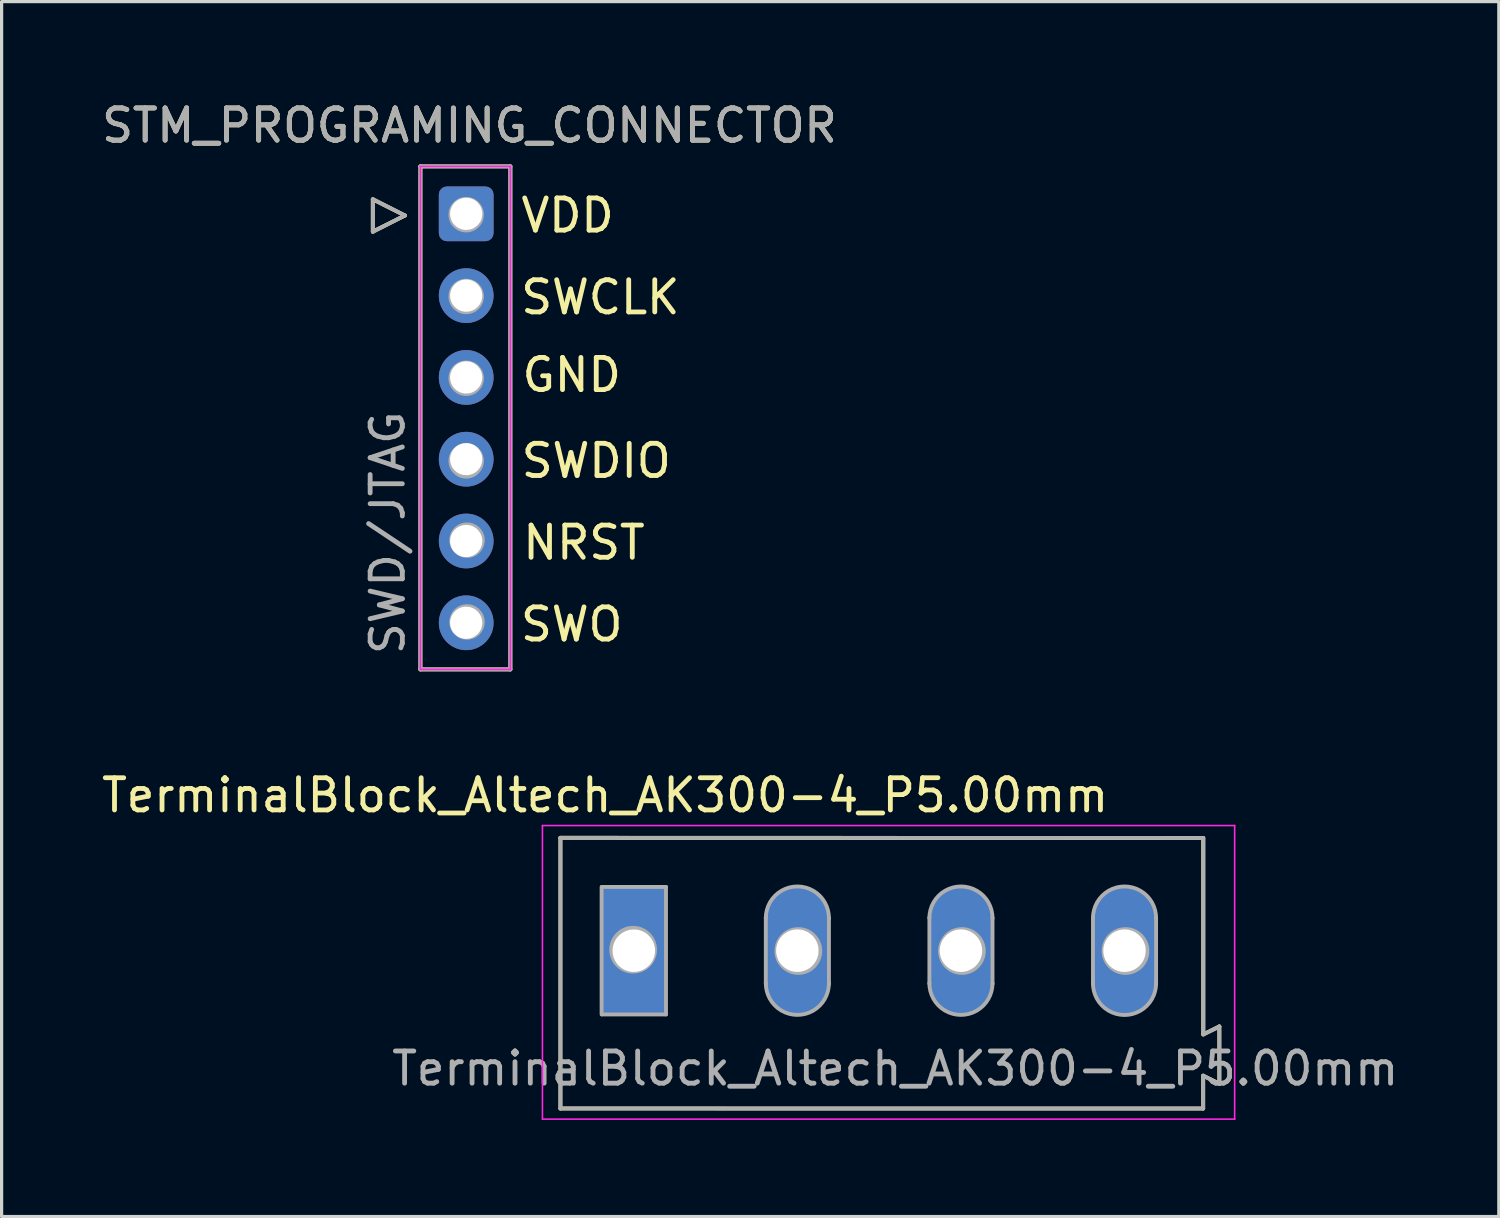
<source format=kicad_pcb>
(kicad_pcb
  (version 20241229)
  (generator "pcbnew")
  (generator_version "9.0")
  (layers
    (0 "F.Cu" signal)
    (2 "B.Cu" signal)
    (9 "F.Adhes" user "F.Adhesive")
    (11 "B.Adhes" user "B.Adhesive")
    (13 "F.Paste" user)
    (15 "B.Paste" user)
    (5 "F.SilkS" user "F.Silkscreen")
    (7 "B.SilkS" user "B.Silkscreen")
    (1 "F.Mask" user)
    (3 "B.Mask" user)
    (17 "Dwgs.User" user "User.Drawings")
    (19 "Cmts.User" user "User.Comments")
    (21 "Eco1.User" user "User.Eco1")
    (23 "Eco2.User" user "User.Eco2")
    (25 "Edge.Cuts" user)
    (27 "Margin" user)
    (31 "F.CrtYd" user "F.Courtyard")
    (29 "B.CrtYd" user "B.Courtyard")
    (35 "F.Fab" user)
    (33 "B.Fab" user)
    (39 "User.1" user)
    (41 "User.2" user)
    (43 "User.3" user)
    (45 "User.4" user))
  (footprint "STM_PROGRAMING_CONNECTOR"
    (layer "F.Cu")
    (at 11.276 9.992)
    (property "Reference" "STM_PROGRAMING_CONNECTOR" (at 0.254 -9.144 0) (layer "F.SilkS") (effects (font (size 1 1) (thickness 0.15))))
    (attr through_hole)
    (fp_line (start -2.75 -6.85) (end -2.75 -5.85) (stroke (width 0.12) (type solid)) (layer "F.SilkS"))
    (fp_line (start -2.75 -5.85) (end -1.75 -6.35) (stroke (width 0.12) (type solid)) (layer "F.SilkS"))
    (fp_line (start -1.75 -6.35) (end -2.75 -6.85) (stroke (width 0.12) (type solid)) (layer "F.SilkS"))
    (fp_line (start -1.27 -7.874) (end -1.27 7.747) (stroke (width 0.12) (type solid)) (layer "F.SilkS"))
    (fp_line (start -1.27 7.747) (end 1.524 7.747) (stroke (width 0.12) (type solid)) (layer "F.SilkS"))
    (fp_line (start 1.524 -7.874) (end -1.27 -7.874) (stroke (width 0.12) (type solid)) (layer "F.SilkS"))
    (fp_line (start 1.524 7.747) (end 1.524 -7.874) (stroke (width 0.12) (type solid)) (layer "F.SilkS"))
    (fp_line (start -1.27 -7.874) (end 1.524 -7.874) (stroke (width 0.05) (type solid)) (layer "F.CrtYd"))
    (fp_line (start -1.27 7.747) (end -1.27 -7.874) (stroke (width 0.05) (type solid)) (layer "F.CrtYd"))
    (fp_line (start 1.524 -7.874) (end 1.524 7.747) (stroke (width 0.05) (type solid)) (layer "F.CrtYd"))
    (fp_line (start 1.524 7.747) (end -1.27 7.747) (stroke (width 0.05) (type solid)) (layer "F.CrtYd"))
    (fp_line (start -2.743 -5.842) (end -2.743 -6.858) (stroke (width 0.12) (type solid)) (layer "F.Fab"))
    (fp_line (start -1.753 -6.35) (end -2.743 -6.858) (stroke (width 0.12) (type solid)) (layer "F.Fab"))
    (fp_line (start -1.753 -6.35) (end -2.743 -5.842) (stroke (width 0.12) (type solid)) (layer "F.Fab"))
    (fp_line (start -1.27 -7.874) (end 1.524 -7.874) (stroke (width 0.12) (type solid)) (layer "F.Fab"))
    (fp_line (start -1.27 7.747) (end -1.27 -7.874) (stroke (width 0.12) (type solid)) (layer "F.Fab"))
    (fp_line (start 1.524 -7.874) (end 1.524 7.747) (stroke (width 0.12) (type solid)) (layer "F.Fab"))
    (fp_line (start 1.524 7.747) (end -1.27 7.747) (stroke (width 0.12) (type solid)) (layer "F.Fab"))
    (fp_circle (center 0.152 -6.375) (end 0.152 -5.875) (stroke (width 0.1) (type solid)) (fill no) (layer "F.Fab"))
    (fp_circle (center 0.152 -3.835) (end 0.152 -3.335) (stroke (width 0.1) (type solid)) (fill no) (layer "F.Fab"))
    (fp_circle (center 0.152 -1.295) (end 0.152 -0.795) (stroke (width 0.1) (type solid)) (fill no) (layer "F.Fab"))
    (fp_circle (center 0.152 1.27) (end 0.152 1.77) (stroke (width 0.1) (type solid)) (fill no) (layer "F.Fab"))
    (fp_circle (center 0.178 3.734) (end 0.178 4.234) (stroke (width 0.1) (type solid)) (fill no) (layer "F.Fab"))
    (fp_circle (center 0.178 6.274) (end 0.178 6.774) (stroke (width 0.1) (type solid)) (fill no) (layer "F.Fab"))
    (fp_text user "VDD" (at 3.302 -6.35 0) (layer "F.SilkS") (effects (font (size 1 1) (thickness 0.15))))
    (fp_text user "SWCLK" (at 4.318 -3.81 0) (layer "F.SilkS") (effects (font (size 1 1) (thickness 0.15))))
    (fp_text user "SWDIO" (at 4.191 1.27 0) (layer "F.SilkS") (effects (font (size 1 1) (thickness 0.15))))
    (fp_text user "GND" (at 3.429 -1.397 0) (layer "F.SilkS") (effects (font (size 1 1) (thickness 0.15))))
    (fp_text user "SWO" (at 3.429 6.35 0) (layer "F.SilkS") (effects (font (size 1 1) (thickness 0.15))))
    (fp_text user "NRST" (at 3.81 3.81 0) (layer "F.SilkS") (effects (font (size 1 1) (thickness 0.15))))
    (fp_text user "SWD/JTAG" (at -2.286 3.505 90) (layer "F.Fab") (effects (font (size 1 1) (thickness 0.15))))
    (fp_text user "${REFERENCE}" (at 0.254 -9.144 0) (layer "F.Fab") (effects (font (size 1 1) (thickness 0.15))))
    (pad "1" thru_hole roundrect (at 0.152 -6.401) (size 1.7 1.7) (drill 1) (layers "*.Cu" "*.Mask") (roundrect_rratio 0.147))
    (pad "2" thru_hole circle (at 0.152 -3.861) (size 1.7 1.7) (drill 1) (layers "*.Cu" "*.Mask"))
    (pad "3" thru_hole circle (at 0.152 -1.321) (size 1.7 1.7) (drill 1) (layers "*.Cu" "*.Mask"))
    (pad "4" thru_hole circle (at 0.152 1.219) (size 1.7 1.7) (drill 1) (layers "*.Cu" "*.Mask"))
    (pad "5" thru_hole circle (at 0.152 3.759) (size 1.7 1.7) (drill 1) (layers "*.Cu" "*.Mask"))
    (pad "6" thru_hole circle (at 0.152 6.299) (size 1.7 1.7) (drill 1) (layers "*.Cu" "*.Mask")))
  (footprint "TerminalBlock_Altech_AK300-4_P5.00mm"
    (layer "F.Cu")
    (at 24.333 27.174)
    (property "Reference" "TerminalBlock_Altech_AK300-4_P5.00mm" (at -8.589 -5.526 0) (layer "F.SilkS") (effects (font (size 1 1) (thickness 0.15))))
    (attr through_hole)
    (fp_line (start -9.978 -4.205) (end -9.978 4.201) (stroke (width 0.12) (type solid)) (layer "F.SilkS"))
    (fp_line (start -9.978 4.201) (end 9.984 4.202) (stroke (width 0.12) (type solid)) (layer "F.SilkS"))
    (fp_line (start 9.984 -4.199) (end -9.981 -4.205) (stroke (width 0.12) (type solid)) (layer "F.SilkS"))
    (fp_line (start 9.984 1.901) (end 9.984 -4.199) (stroke (width 0.12) (type solid)) (layer "F.SilkS"))
    (fp_line (start 9.984 3.181) (end 10.484 3.431) (stroke (width 0.12) (type solid)) (layer "F.SilkS"))
    (fp_line (start 9.984 4.202) (end 9.984 3.181) (stroke (width 0.12) (type solid)) (layer "F.SilkS"))
    (fp_line (start 10.484 1.651) (end 9.984 1.901) (stroke (width 0.12) (type solid)) (layer "F.SilkS"))
    (fp_line (start 10.484 3.431) (end 10.484 1.651) (stroke (width 0.12) (type solid)) (layer "F.SilkS"))
    (fp_line (start -10.537 -4.586) (end -10.537 4.532) (stroke (width 0.05) (type solid)) (layer "F.CrtYd"))
    (fp_line (start -10.537 -4.586) (end 10.96 -4.586) (stroke (width 0.05) (type solid)) (layer "F.CrtYd"))
    (fp_line (start 10.96 4.532) (end -10.537 4.532) (stroke (width 0.05) (type solid)) (layer "F.CrtYd"))
    (fp_line (start 10.96 4.532) (end 10.96 -4.586) (stroke (width 0.05) (type solid)) (layer "F.CrtYd"))
    (fp_line (start -9.98 -4.205) (end 9.98 -4.2) (stroke (width 0.12) (type solid)) (layer "F.Fab"))
    (fp_line (start -9.98 -4.2) (end -9.98 4.2) (stroke (width 0.12) (type solid)) (layer "F.Fab"))
    (fp_line (start -9.98 4.2) (end 9.98 4.2) (stroke (width 0.12) (type solid)) (layer "F.Fab"))
    (fp_line (start -8.7 1.28) (end -8.7 -2.68) (stroke (width 0.12) (type solid)) (layer "F.Fab"))
    (fp_line (start -8.69 -2.68) (end -6.7 -2.68) (stroke (width 0.12) (type solid)) (layer "F.Fab"))
    (fp_line (start -6.7 -2.68) (end -6.7 1.28) (stroke (width 0.12) (type solid)) (layer "F.Fab"))
    (fp_line (start -6.7 1.28) (end -8.69 1.28) (stroke (width 0.12) (type solid)) (layer "F.Fab"))
    (fp_line (start -3.6 -1.74) (end -3.6 0.33) (stroke (width 0.12) (type solid)) (layer "F.Fab"))
    (fp_line (start -1.64 -1.73) (end -1.64 0.34) (stroke (width 0.12) (type solid)) (layer "F.Fab"))
    (fp_line (start 1.48 -1.74) (end 1.48 0.33) (stroke (width 0.12) (type solid)) (layer "F.Fab"))
    (fp_line (start 3.44 -1.73) (end 3.44 0.34) (stroke (width 0.12) (type solid)) (layer "F.Fab"))
    (fp_line (start 6.56 -1.74) (end 6.56 0.33) (stroke (width 0.12) (type solid)) (layer "F.Fab"))
    (fp_line (start 8.52 -1.73) (end 8.52 0.34) (stroke (width 0.12) (type solid)) (layer "F.Fab"))
    (fp_line (start 9.98 3.184) (end 10.486 3.44) (stroke (width 0.12) (type solid)) (layer "F.Fab"))
    (fp_line (start 9.98 4.2) (end 9.98 3.184) (stroke (width 0.12) (type solid)) (layer "F.Fab"))
    (fp_line (start 9.99 -4.2) (end 9.99 1.9) (stroke (width 0.12) (type solid)) (layer "F.Fab"))
    (fp_line (start 10.486 1.662) (end 9.99 1.9) (stroke (width 0.12) (type solid)) (layer "F.Fab"))
    (fp_line (start 10.486 1.662) (end 10.486 3.44) (stroke (width 0.12) (type solid)) (layer "F.Fab"))
    (fp_arc (start -3.600155 -1.706295) (mid -2.614852 -2.69619) (end -1.640001 -1.696001) (stroke (width 0.12) (type solid)) (layer "F.Fab"))
    (fp_arc (start -1.64 0.306295) (mid -2.625303 1.29619) (end -3.600154 0.296001) (stroke (width 0.12) (type solid)) (layer "F.Fab"))
    (fp_arc (start 1.479845 -1.706295) (mid 2.465148 -2.69619) (end 3.439999 -1.696001) (stroke (width 0.12) (type solid)) (layer "F.Fab"))
    (fp_arc (start 3.44 0.306295) (mid 2.454697 1.29619) (end 1.479846 0.296001) (stroke (width 0.12) (type solid)) (layer "F.Fab"))
    (fp_arc (start 6.559845 -1.706295) (mid 7.545148 -2.69619) (end 8.519999 -1.696001) (stroke (width 0.12) (type solid)) (layer "F.Fab"))
    (fp_arc (start 8.52 0.306295) (mid 7.534697 1.29619) (end 6.559846 0.296001) (stroke (width 0.12) (type solid)) (layer "F.Fab"))
    (fp_circle (center -7.72 -0.73) (end -7.49 -0.09) (stroke (width 0.12) (type solid)) (fill no) (layer "F.Fab"))
    (fp_circle (center -2.59 -0.69) (end -2.36 -0.05) (stroke (width 0.12) (type solid)) (fill no) (layer "F.Fab"))
    (fp_circle (center 2.49 -0.69) (end 2.72 -0.05) (stroke (width 0.12) (type solid)) (fill no) (layer "F.Fab"))
    (fp_circle (center 7.57 -0.69) (end 7.8 -0.05) (stroke (width 0.12) (type solid)) (fill no) (layer "F.Fab"))
    (fp_text user "${REFERENCE}" (at 0.42 2.96 0) (layer "F.Fab") (effects (font (size 1 1) (thickness 0.15))))
    (pad "1" thru_hole rect (at -7.7 -0.7) (size 1.98 3.96) (drill 1.32) (layers "*.Cu" "*.Mask"))
    (pad "2" thru_hole oval (at -2.62 -0.7) (size 1.98 3.96) (drill 1.32) (layers "*.Cu" "*.Mask"))
    (pad "3" thru_hole oval (at 2.46 -0.7) (size 1.98 3.96) (drill 1.32) (layers "*.Cu" "*.Mask"))
    (pad "4" thru_hole oval (at 7.54 -0.7) (size 1.98 3.96) (drill 1.32) (layers "*.Cu" "*.Mask")))
  (gr_rect
    (start -3 -3)
    (end 43.497 34.731)
    (stroke (width 0.1) (type default))
    (fill no)
    (layer "Edge.Cuts")))
</source>
